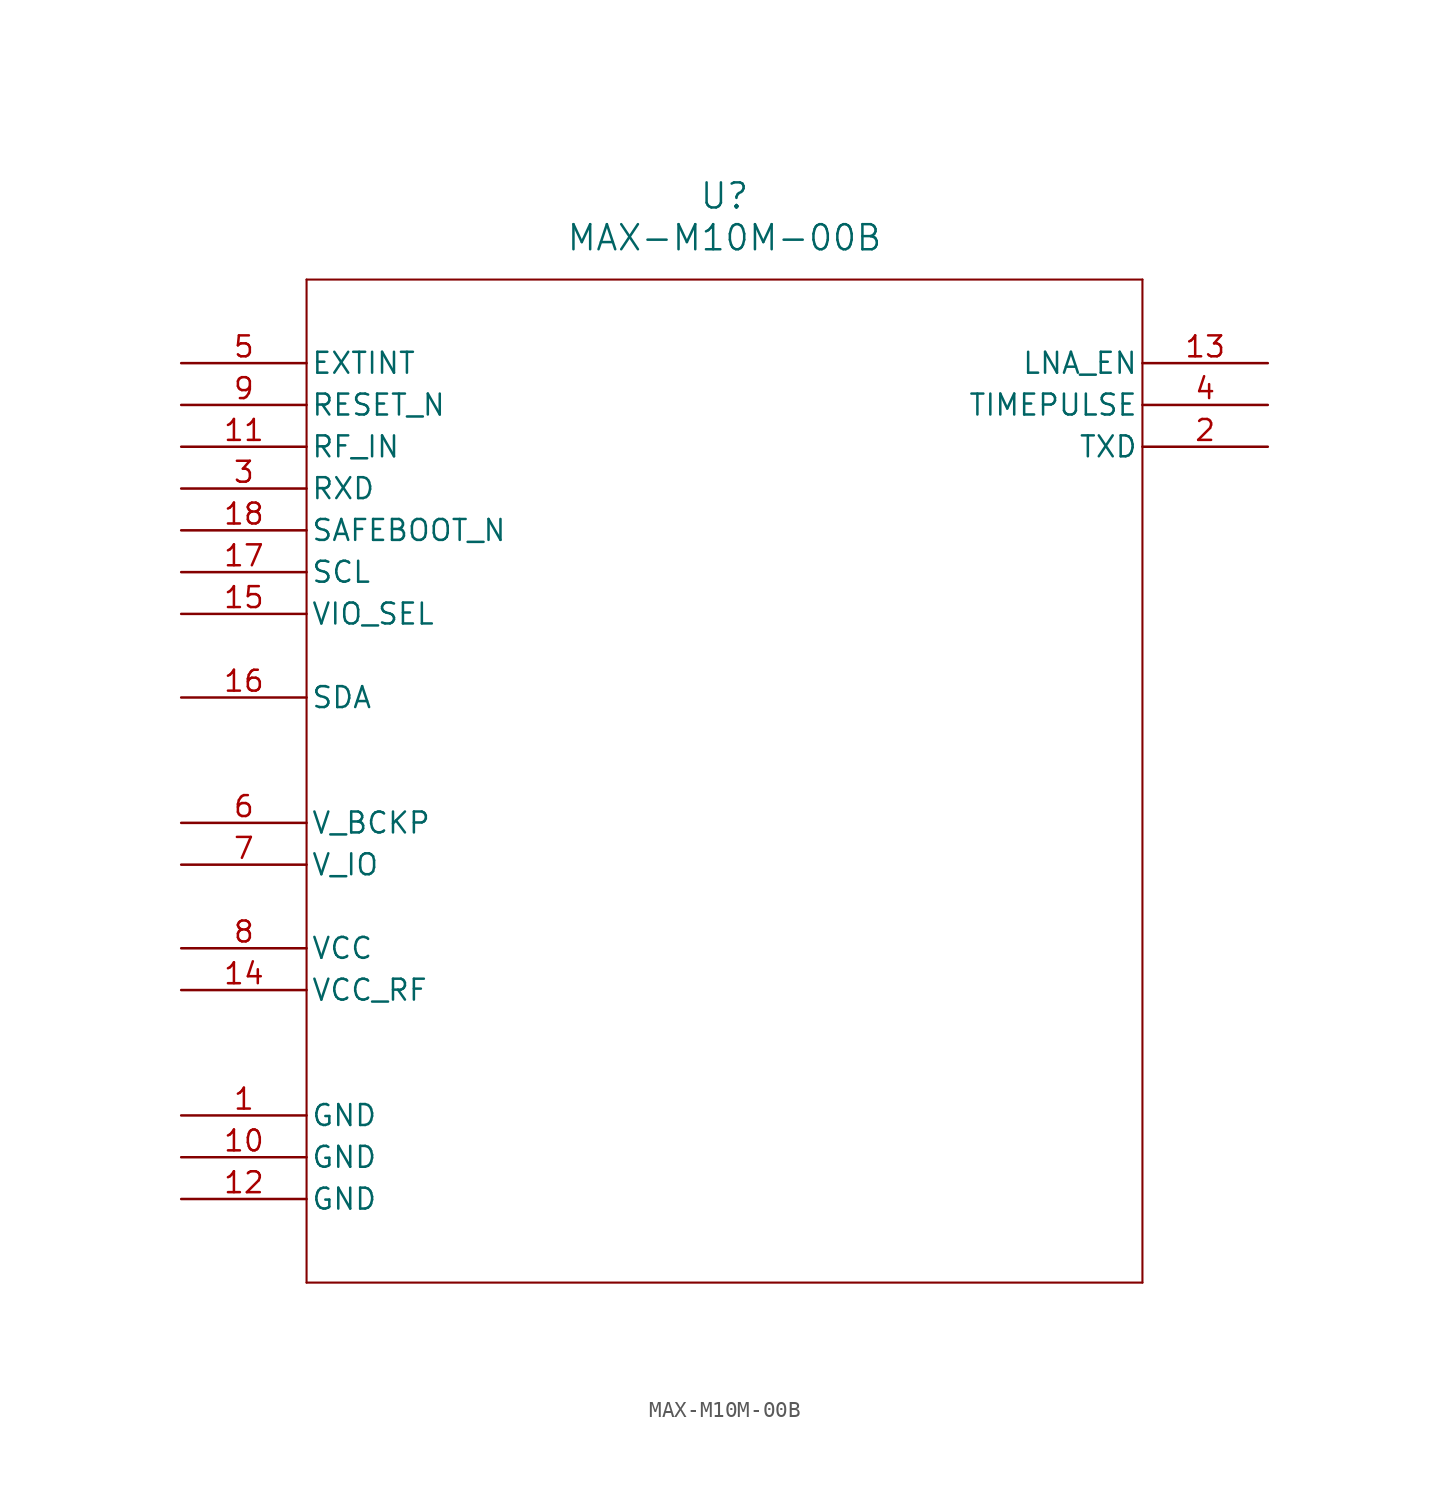
<source format=kicad_sym>
(kicad_symbol_lib
  (version 20211014)
  (generator kicad_symbol_editor)
  (symbol "MAX-M10M-00B"
    (pin_names
      (offset 0.254))
    (property "Reference" "U"
      (at 33.02 10.16 0)
      (effects (font (size 1.524 1.524))))
    (property "Value" "MAX-M10M-00B"
      (at 33.02 7.62 0)
      (effects (font (size 1.524 1.524))))
    (symbol "MAX-M10M-00B_0_1"
      (polyline (pts (xy 7.62 5.08) (xy 7.62 -55.88)) (stroke (width 0.127) (type default) (color 0 0 0 0)) (fill (type none)))
      (polyline (pts (xy 7.62 -55.88) (xy 58.42 -55.88)) (stroke (width 0.127) (type default) (color 0 0 0 0)) (fill (type none)))
      (polyline (pts (xy 58.42 -55.88) (xy 58.42 5.08)) (stroke (width 0.127) (type default) (color 0 0 0 0)) (fill (type none)))
      (polyline (pts (xy 58.42 5.08) (xy 7.62 5.08)) (stroke (width 0.127) (type default) (color 0 0 0 0)) (fill (type none)))
      (pin power_out line (at 0 -45.72 0) (length 7.62) (name "GND" (effects (font (size 1.27 1.27)))) (number "1" (effects (font (size 1.27 1.27)))))
      (pin output line (at 66.04 -5.08 180) (length 7.62) (name "TXD" (effects (font (size 1.27 1.27)))) (number "2" (effects (font (size 1.27 1.27)))))
      (pin input line (at 0 -7.62 0) (length 7.62) (name "RXD" (effects (font (size 1.27 1.27)))) (number "3" (effects (font (size 1.27 1.27)))))
      (pin output line (at 66.04 -2.54 180) (length 7.62) (name "TIMEPULSE" (effects (font (size 1.27 1.27)))) (number "4" (effects (font (size 1.27 1.27)))))
      (pin input line (at 0 0 0) (length 7.62) (name "EXTINT" (effects (font (size 1.27 1.27)))) (number "5" (effects (font (size 1.27 1.27)))))
      (pin power_in line (at 0 -27.94 0) (length 7.62) (name "V_BCKP" (effects (font (size 1.27 1.27)))) (number "6" (effects (font (size 1.27 1.27)))))
      (pin power_in line (at 0 -30.48 0) (length 7.62) (name "V_IO" (effects (font (size 1.27 1.27)))) (number "7" (effects (font (size 1.27 1.27)))))
      (pin power_in line (at 0 -35.56 0) (length 7.62) (name "VCC" (effects (font (size 1.27 1.27)))) (number "8" (effects (font (size 1.27 1.27)))))
      (pin input line (at 0 -2.54 0) (length 7.62) (name "RESET_N" (effects (font (size 1.27 1.27)))) (number "9" (effects (font (size 1.27 1.27)))))
      (pin power_out line (at 0 -48.26 0) (length 7.62) (name "GND" (effects (font (size 1.27 1.27)))) (number "10" (effects (font (size 1.27 1.27)))))
      (pin input line (at 0 -5.08 0) (length 7.62) (name "RF_IN" (effects (font (size 1.27 1.27)))) (number "11" (effects (font (size 1.27 1.27)))))
      (pin power_out line (at 0 -50.8 0) (length 7.62) (name "GND" (effects (font (size 1.27 1.27)))) (number "12" (effects (font (size 1.27 1.27)))))
      (pin output line (at 66.04 0 180) (length 7.62) (name "LNA_EN" (effects (font (size 1.27 1.27)))) (number "13" (effects (font (size 1.27 1.27)))))
      (pin output line (at 0 -38.1 0) (length 7.62) (name "VCC_RF" (effects (font (size 1.27 1.27)))) (number "14" (effects (font (size 1.27 1.27)))))
      (pin input line (at 0 -15.24 0) (length 7.62) (name "VIO_SEL" (effects (font (size 1.27 1.27)))) (number "15" (effects (font (size 1.27 1.27)))))
      (pin bidirectional line (at 0 -20.32 0) (length 7.62) (name "SDA" (effects (font (size 1.27 1.27)))) (number "16" (effects (font (size 1.27 1.27)))))
      (pin input line (at 0 -12.7 0) (length 7.62) (name "SCL" (effects (font (size 1.27 1.27)))) (number "17" (effects (font (size 1.27 1.27)))))
      (pin input line (at 0 -10.16 0) (length 7.62) (name "SAFEBOOT_N" (effects (font (size 1.27 1.27)))) (number "18" (effects (font (size 1.27 1.27))))))))
</source>
